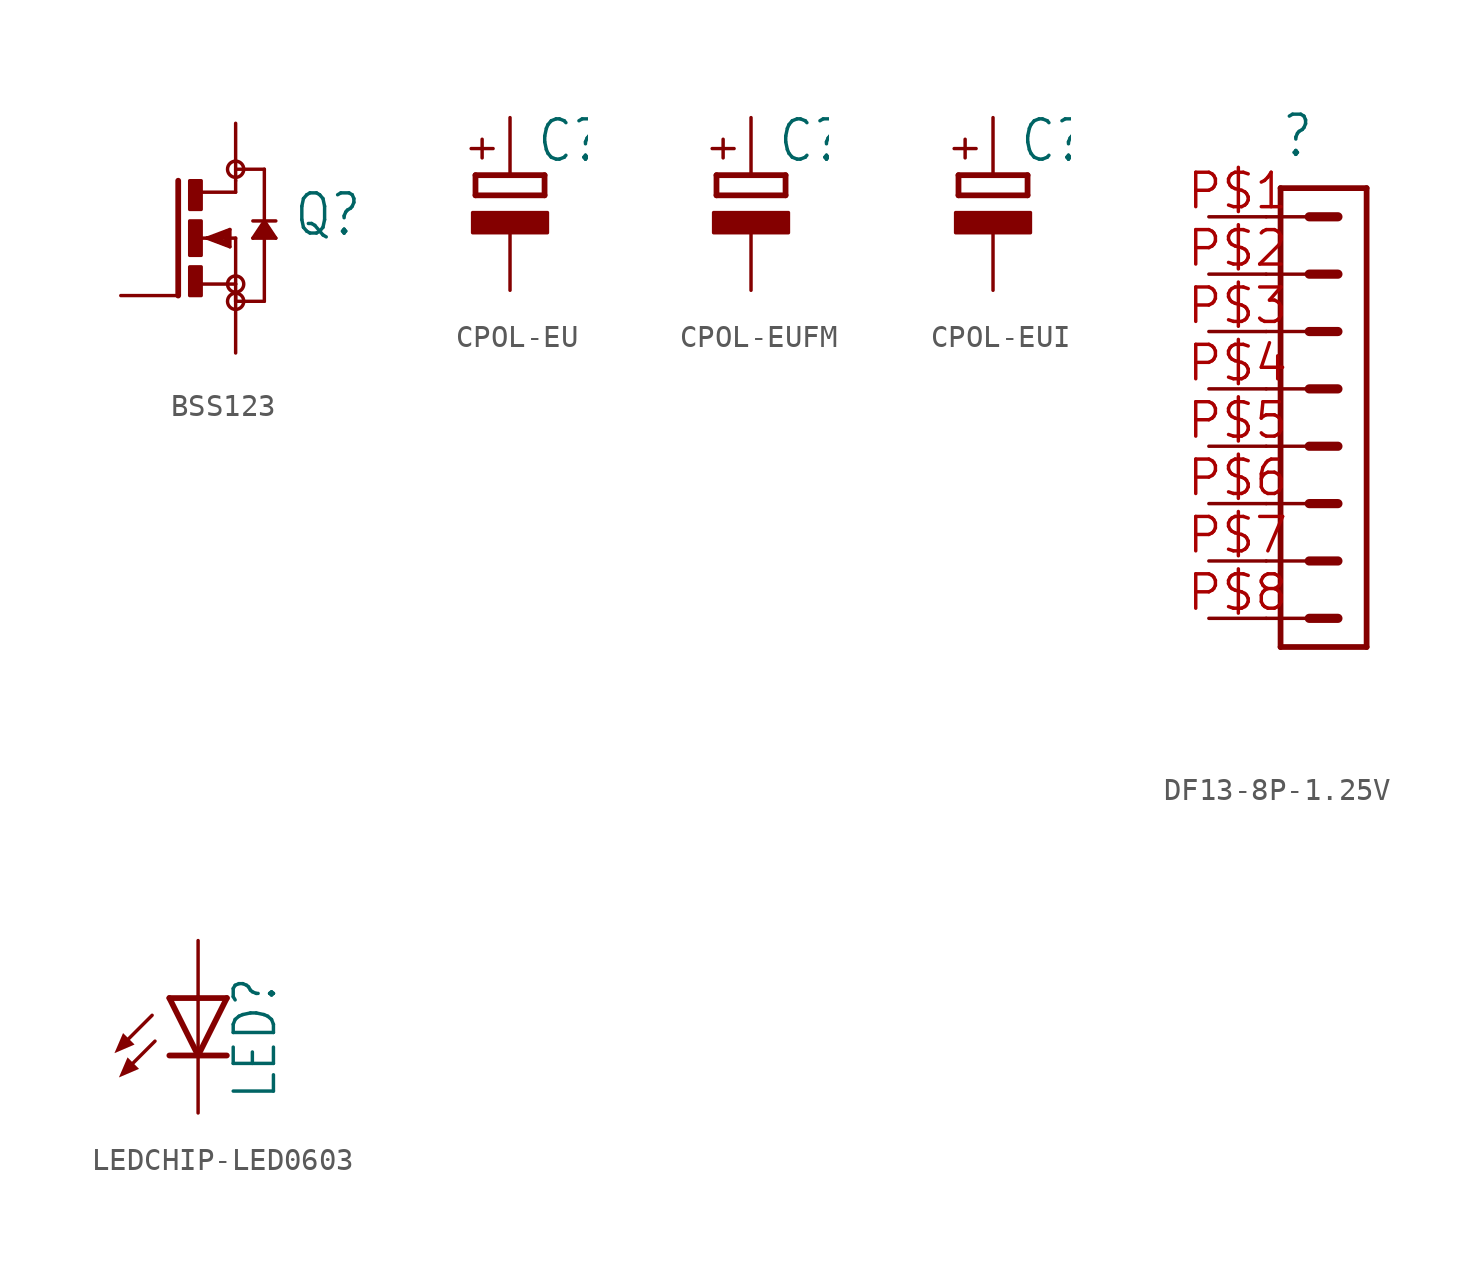
<source format=kicad_sym>
(kicad_symbol_lib
  (version 20241209)
  (generator "kicad_symbol_editor")
  (generator_version "9.0")
  (symbol "BSS123"
    (property "Reference" "Q"
      (at 2.54 0 0)
      (effects (font (size 1.778 1.511)) (justify left bottom)))
    (property "Value" ""
      (at 2.54 -2.54 0)
      (effects (font (size 1.778 1.511)) (justify left bottom)))
    (property "ki_locked" ""
      (at 0 0 0)
      (effects (font (size 1.27 1.27))))
    (symbol "BSS123_1_0"
      (polyline (pts (xy -2.54 2.54) (xy -2.54 -2.54)) (stroke (width 0.254) (type solid)) (fill (type none)))
      (rectangle (start -2.032 1.27) (end -1.524 2.54) (stroke (width 0) (type default)) (fill (type outline)))
      (rectangle (start -2.032 -0.762) (end -1.524 0.762) (stroke (width 0) (type default)) (fill (type outline)))
      (rectangle (start -2.032 -2.54) (end -1.524 -1.27) (stroke (width 0) (type default)) (fill (type outline)))
      (polyline (pts (xy -1.524 2.032) (xy 0 2.032)) (stroke (width 0.152) (type solid)) (fill (type none)))
      (polyline (pts (xy -1.524 0) (xy -1.27 0)) (stroke (width 0.152) (type solid)) (fill (type none)))
      (polyline (pts (xy -1.524 -2.032) (xy 0 -2.032)) (stroke (width 0.152) (type solid)) (fill (type none)))
      (polyline (pts (xy -1.27 0) (xy -1.016 0)) (stroke (width 0.152) (type solid)) (fill (type none)))
      (polyline (pts (xy -1.27 0) (xy -0.254 0.381)) (stroke (width 0.152) (type solid)) (fill (type none)))
      (polyline (pts (xy -1.016 0) (xy -0.889 0)) (stroke (width 0.152) (type solid)) (fill (type none)))
      (polyline (pts (xy -1.016 0) (xy -0.381 -0.254)) (stroke (width 0.254) (type solid)) (fill (type none)))
      (polyline (pts (xy -0.889 0) (xy 0 0)) (stroke (width 0.152) (type solid)) (fill (type none)))
      (polyline (pts (xy -0.381 0.254) (xy -0.889 0)) (stroke (width 0.254) (type solid)) (fill (type none)))
      (polyline (pts (xy -0.381 -0.254) (xy -0.381 0.254)) (stroke (width 0.254) (type solid)) (fill (type none)))
      (polyline (pts (xy -0.254 0.381) (xy -0.254 -0.381)) (stroke (width 0.152) (type solid)) (fill (type none)))
      (polyline (pts (xy -0.254 -0.381) (xy -1.27 0)) (stroke (width 0.152) (type solid)) (fill (type none)))
      (circle (center 0 3.048) (radius 0.359) (stroke (width 0) (type solid)) (fill (type none)))
      (polyline (pts (xy 0 3.048) (xy 1.27 3.048)) (stroke (width 0.152) (type solid)) (fill (type none)))
      (polyline (pts (xy 0 2.032) (xy 0 2.54)) (stroke (width 0.152) (type solid)) (fill (type none)))
      (polyline (pts (xy 0 0) (xy 0 -2.032)) (stroke (width 0.152) (type solid)) (fill (type none)))
      (polyline (pts (xy 0 -2.032) (xy 0 -2.794)) (stroke (width 0.152) (type solid)) (fill (type none)))
      (circle (center 0 -2.032) (radius 0.359) (stroke (width 0) (type solid)) (fill (type none)))
      (circle (center 0 -2.794) (radius 0.359) (stroke (width 0) (type solid)) (fill (type none)))
      (polyline (pts (xy 0.762 0) (xy 1.27 0.762)) (stroke (width 0.152) (type solid)) (fill (type none)))
      (polyline (pts (xy 1.016 0.127) (xy 1.524 0.127)) (stroke (width 0.254) (type solid)) (fill (type none)))
      (polyline (pts (xy 1.27 3.048) (xy 1.27 0.762)) (stroke (width 0.152) (type solid)) (fill (type none)))
      (polyline (pts (xy 1.27 0.762) (xy 1.27 0.508)) (stroke (width 0.152) (type solid)) (fill (type none)))
      (polyline (pts (xy 1.27 0.762) (xy 1.778 0)) (stroke (width 0.152) (type solid)) (fill (type none)))
      (polyline (pts (xy 1.27 0.508) (xy 1.016 0.127)) (stroke (width 0.254) (type solid)) (fill (type none)))
      (polyline (pts (xy 1.27 0.508) (xy 1.27 -2.794)) (stroke (width 0.152) (type solid)) (fill (type none)))
      (polyline (pts (xy 1.27 -2.794) (xy 0 -2.794)) (stroke (width 0.152) (type solid)) (fill (type none)))
      (polyline (pts (xy 1.524 0.127) (xy 1.27 0.508)) (stroke (width 0.254) (type solid)) (fill (type none)))
      (polyline (pts (xy 1.778 0.762) (xy 0.762 0.762)) (stroke (width 0.152) (type solid)) (fill (type none)))
      (polyline (pts (xy 1.778 0) (xy 0.762 0)) (stroke (width 0.152) (type solid)) (fill (type none)))
      (pin passive line (at -5.08 -2.54 0) (length 2.54) (name "G" (effects (font (size 0 0)))) (number "1" (effects (font (size 0 0)))))
      (pin passive line (at 0 5.08 270) (length 2.54) (name "D" (effects (font (size 0 0)))) (number "3" (effects (font (size 0 0)))))
      (pin passive line (at 0 -5.08 90) (length 2.54) (name "S" (effects (font (size 0 0)))) (number "2" (effects (font (size 0 0)))))))
  (symbol "CPOL-EU"
    (property "Reference" "C"
      (at 1.143 0.483 0)
      (effects (font (size 1.778 1.511)) (justify left bottom)))
    (property "Value" ""
      (at 1.143 -4.597 0)
      (effects (font (size 1.778 1.511)) (justify left bottom)))
    (property "ki_locked" ""
      (at 0 0 0)
      (effects (font (size 1.27 1.27))))
    (symbol "CPOL-EU_1_0"
      (rectangle (start -1.651 -2.54) (end 1.651 -1.651) (stroke (width 0) (type default)) (fill (type outline)))
      (polyline (pts (xy -1.524 0) (xy -1.524 -0.889)) (stroke (width 0.254) (type solid)) (fill (type none)))
      (polyline (pts (xy -1.524 0) (xy 1.524 0)) (stroke (width 0.254) (type solid)) (fill (type none)))
      (polyline (pts (xy -1.524 -0.889) (xy 1.524 -0.889)) (stroke (width 0.254) (type solid)) (fill (type none)))
      (polyline (pts (xy 1.524 -0.889) (xy 1.524 0)) (stroke (width 0.254) (type solid)) (fill (type none)))
      (text "+" (at -0.584 0.406 900) (effects (font (size 1.27 1.079)) (justify left bottom)))
      (pin passive line (at 0 2.54 270) (length 2.54) (name "+" (effects (font (size 0 0)))) (number "A" (effects (font (size 0 0)))))
      (pin passive line (at 0 -5.08 90) (length 2.54) (name "-" (effects (font (size 0 0)))) (number "B" (effects (font (size 0 0)))))))
  (symbol "CPOL-EUFM"
    (property "Reference" "C"
      (at 1.143 0.483 0)
      (effects (font (size 1.778 1.511)) (justify left bottom)))
    (property "Value" ""
      (at 1.143 -4.597 0)
      (effects (font (size 1.778 1.511)) (justify left bottom)))
    (property "ki_locked" ""
      (at 0 0 0)
      (effects (font (size 1.27 1.27))))
    (symbol "CPOL-EUFM_1_0"
      (rectangle (start -1.651 -2.54) (end 1.651 -1.651) (stroke (width 0) (type default)) (fill (type outline)))
      (polyline (pts (xy -1.524 0) (xy -1.524 -0.889)) (stroke (width 0.254) (type solid)) (fill (type none)))
      (polyline (pts (xy -1.524 0) (xy 1.524 0)) (stroke (width 0.254) (type solid)) (fill (type none)))
      (polyline (pts (xy -1.524 -0.889) (xy 1.524 -0.889)) (stroke (width 0.254) (type solid)) (fill (type none)))
      (polyline (pts (xy 1.524 -0.889) (xy 1.524 0)) (stroke (width 0.254) (type solid)) (fill (type none)))
      (text "+" (at -0.584 0.406 900) (effects (font (size 1.27 1.079)) (justify left bottom)))
      (pin passive line (at 0 2.54 270) (length 2.54) (name "+" (effects (font (size 0 0)))) (number "+" (effects (font (size 0 0)))))
      (pin passive line (at 0 -5.08 90) (length 2.54) (name "-" (effects (font (size 0 0)))) (number "-" (effects (font (size 0 0)))))))
  (symbol "CPOL-EUI"
    (property "Reference" "C"
      (at 1.143 0.483 0)
      (effects (font (size 1.778 1.511)) (justify left bottom)))
    (property "Value" ""
      (at 1.143 -4.597 0)
      (effects (font (size 1.778 1.511)) (justify left bottom)))
    (property "ki_locked" ""
      (at 0 0 0)
      (effects (font (size 1.27 1.27))))
    (symbol "CPOL-EUI_1_0"
      (rectangle (start -1.651 -2.54) (end 1.651 -1.651) (stroke (width 0) (type default)) (fill (type outline)))
      (polyline (pts (xy -1.524 0) (xy -1.524 -0.889)) (stroke (width 0.254) (type solid)) (fill (type none)))
      (polyline (pts (xy -1.524 0) (xy 1.524 0)) (stroke (width 0.254) (type solid)) (fill (type none)))
      (polyline (pts (xy -1.524 -0.889) (xy 1.524 -0.889)) (stroke (width 0.254) (type solid)) (fill (type none)))
      (polyline (pts (xy 1.524 -0.889) (xy 1.524 0)) (stroke (width 0.254) (type solid)) (fill (type none)))
      (text "+" (at -0.584 0.406 900) (effects (font (size 1.27 1.079)) (justify left bottom)))
      (pin passive line (at 0 2.54 270) (length 2.54) (name "+" (effects (font (size 0 0)))) (number "B" (effects (font (size 0 0)))))
      (pin passive line (at 0 -5.08 90) (length 2.54) (name "-" (effects (font (size 0 0)))) (number "A" (effects (font (size 0 0)))))))
  (symbol "DF13-8P-1.25V"
    (property "Reference" ""
      (at -1.905 10.16 0)
      (effects (font (size 1.778 1.511)) (justify left bottom)))
    (property "Value" ""
      (at -1.905 -14.287 0)
      (effects (font (size 1.778 1.511)) (justify left bottom)))
    (property "ki_locked" ""
      (at 0 0 0)
      (effects (font (size 1.27 1.27))))
    (symbol "DF13-8P-1.25V_1_0"
      (polyline (pts (xy -2.54 7.62) (xy -0.635 7.62)) (stroke (width 0.152) (type solid)) (fill (type none)))
      (polyline (pts (xy -2.54 5.08) (xy -0.635 5.08)) (stroke (width 0.152) (type solid)) (fill (type none)))
      (polyline (pts (xy -2.54 2.54) (xy -0.635 2.54)) (stroke (width 0.152) (type solid)) (fill (type none)))
      (polyline (pts (xy -2.54 0) (xy -0.635 0)) (stroke (width 0.152) (type solid)) (fill (type none)))
      (polyline (pts (xy -2.54 -2.54) (xy -0.635 -2.54)) (stroke (width 0.152) (type solid)) (fill (type none)))
      (polyline (pts (xy -2.54 -5.08) (xy -0.635 -5.08)) (stroke (width 0.152) (type solid)) (fill (type none)))
      (polyline (pts (xy -2.54 -7.62) (xy -0.635 -7.62)) (stroke (width 0.152) (type solid)) (fill (type none)))
      (polyline (pts (xy -2.54 -10.16) (xy -0.635 -10.16)) (stroke (width 0.152) (type solid)) (fill (type none)))
      (polyline (pts (xy -1.905 -11.43) (xy -1.905 8.89)) (stroke (width 0.254) (type solid)) (fill (type none)))
      (polyline (pts (xy -1.905 -11.43) (xy 1.905 -11.43)) (stroke (width 0.254) (type solid)) (fill (type none)))
      (polyline (pts (xy -0.635 7.62) (xy 0.635 7.62)) (stroke (width 0.406) (type solid)) (fill (type none)))
      (polyline (pts (xy -0.635 5.08) (xy 0.635 5.08)) (stroke (width 0.406) (type solid)) (fill (type none)))
      (polyline (pts (xy -0.635 2.54) (xy 0.635 2.54)) (stroke (width 0.406) (type solid)) (fill (type none)))
      (polyline (pts (xy -0.635 0) (xy 0.635 0)) (stroke (width 0.406) (type solid)) (fill (type none)))
      (polyline (pts (xy -0.635 -2.54) (xy 0.635 -2.54)) (stroke (width 0.406) (type solid)) (fill (type none)))
      (polyline (pts (xy -0.635 -5.08) (xy 0.635 -5.08)) (stroke (width 0.406) (type solid)) (fill (type none)))
      (polyline (pts (xy -0.635 -7.62) (xy 0.635 -7.62)) (stroke (width 0.406) (type solid)) (fill (type none)))
      (polyline (pts (xy -0.635 -10.16) (xy 0.635 -10.16)) (stroke (width 0.406) (type solid)) (fill (type none)))
      (polyline (pts (xy 1.905 8.89) (xy -1.905 8.89)) (stroke (width 0.254) (type solid)) (fill (type none)))
      (polyline (pts (xy 1.905 8.89) (xy 1.905 -11.43)) (stroke (width 0.254) (type solid)) (fill (type none)))
      (pin passive line (at -5.08 7.62 0) (length 2.54) (name "1" (effects (font (size 0 0)))) (number "P$1" (effects (font (size 1.524 1.524)))))
      (pin passive line (at -5.08 5.08 0) (length 2.54) (name "2" (effects (font (size 0 0)))) (number "P$2" (effects (font (size 1.524 1.524)))))
      (pin passive line (at -5.08 2.54 0) (length 2.54) (name "3" (effects (font (size 0 0)))) (number "P$3" (effects (font (size 1.524 1.524)))))
      (pin passive line (at -5.08 0 0) (length 2.54) (name "4" (effects (font (size 0 0)))) (number "P$4" (effects (font (size 1.524 1.524)))))
      (pin passive line (at -5.08 -2.54 0) (length 2.54) (name "5" (effects (font (size 0 0)))) (number "P$5" (effects (font (size 1.524 1.524)))))
      (pin passive line (at -5.08 -5.08 0) (length 2.54) (name "6" (effects (font (size 0 0)))) (number "P$6" (effects (font (size 1.524 1.524)))))
      (pin passive line (at -5.08 -7.62 0) (length 2.54) (name "7" (effects (font (size 0 0)))) (number "P$7" (effects (font (size 1.524 1.524)))))
      (pin passive line (at -5.08 -10.16 0) (length 2.54) (name "8" (effects (font (size 0 0)))) (number "P$8" (effects (font (size 1.524 1.524)))))))
  (symbol "LEDCHIP-LED0603"
    (property "Reference" "LED"
      (at 3.556 -4.572 90)
      (effects (font (size 1.778 1.511)) (justify left bottom)))
    (property "Value" ""
      (at 5.715 -4.572 90)
      (effects (font (size 1.778 1.511)) (justify left bottom)))
    (symbol "LEDCHIP-LED0603_1_0"
      (polyline (pts (xy -3.698 -2.437) (xy -2.809 -2.055) (xy -3.317 -1.548)) (stroke (width -0.0001) (type solid)) (fill (type outline)))
      (polyline (pts (xy -3.5 -3.51) (xy -2.611 -3.13) (xy -3.119 -2.622)) (stroke (width -0.0001) (type solid)) (fill (type outline)))
      (polyline (pts (xy -2.032 -0.762) (xy -3.429 -2.159)) (stroke (width 0.152) (type solid)) (fill (type none)))
      (polyline (pts (xy -1.905 -1.905) (xy -3.302 -3.302)) (stroke (width 0.152) (type solid)) (fill (type none)))
      (polyline (pts (xy 0 0) (xy -1.27 0)) (stroke (width 0.254) (type solid)) (fill (type none)))
      (polyline (pts (xy 0 0) (xy 0 -2.54)) (stroke (width 0.152) (type solid)) (fill (type none)))
      (polyline (pts (xy 0 -2.54) (xy -1.27 0)) (stroke (width 0.254) (type solid)) (fill (type none)))
      (polyline (pts (xy 0 -2.54) (xy -1.27 -2.54)) (stroke (width 0.254) (type solid)) (fill (type none)))
      (polyline (pts (xy 1.27 0) (xy 0 0)) (stroke (width 0.254) (type solid)) (fill (type none)))
      (polyline (pts (xy 1.27 0) (xy 0 -2.54)) (stroke (width 0.254) (type solid)) (fill (type none)))
      (polyline (pts (xy 1.27 -2.54) (xy 0 -2.54)) (stroke (width 0.254) (type solid)) (fill (type none)))
      (pin passive line (at 0 2.54 270) (length 2.54) (name "A" (effects (font (size 0 0)))) (number "A" (effects (font (size 0 0)))))
      (pin passive line (at 0 -5.08 90) (length 2.54) (name "C" (effects (font (size 0 0)))) (number "C" (effects (font (size 0 0))))))))
</source>
